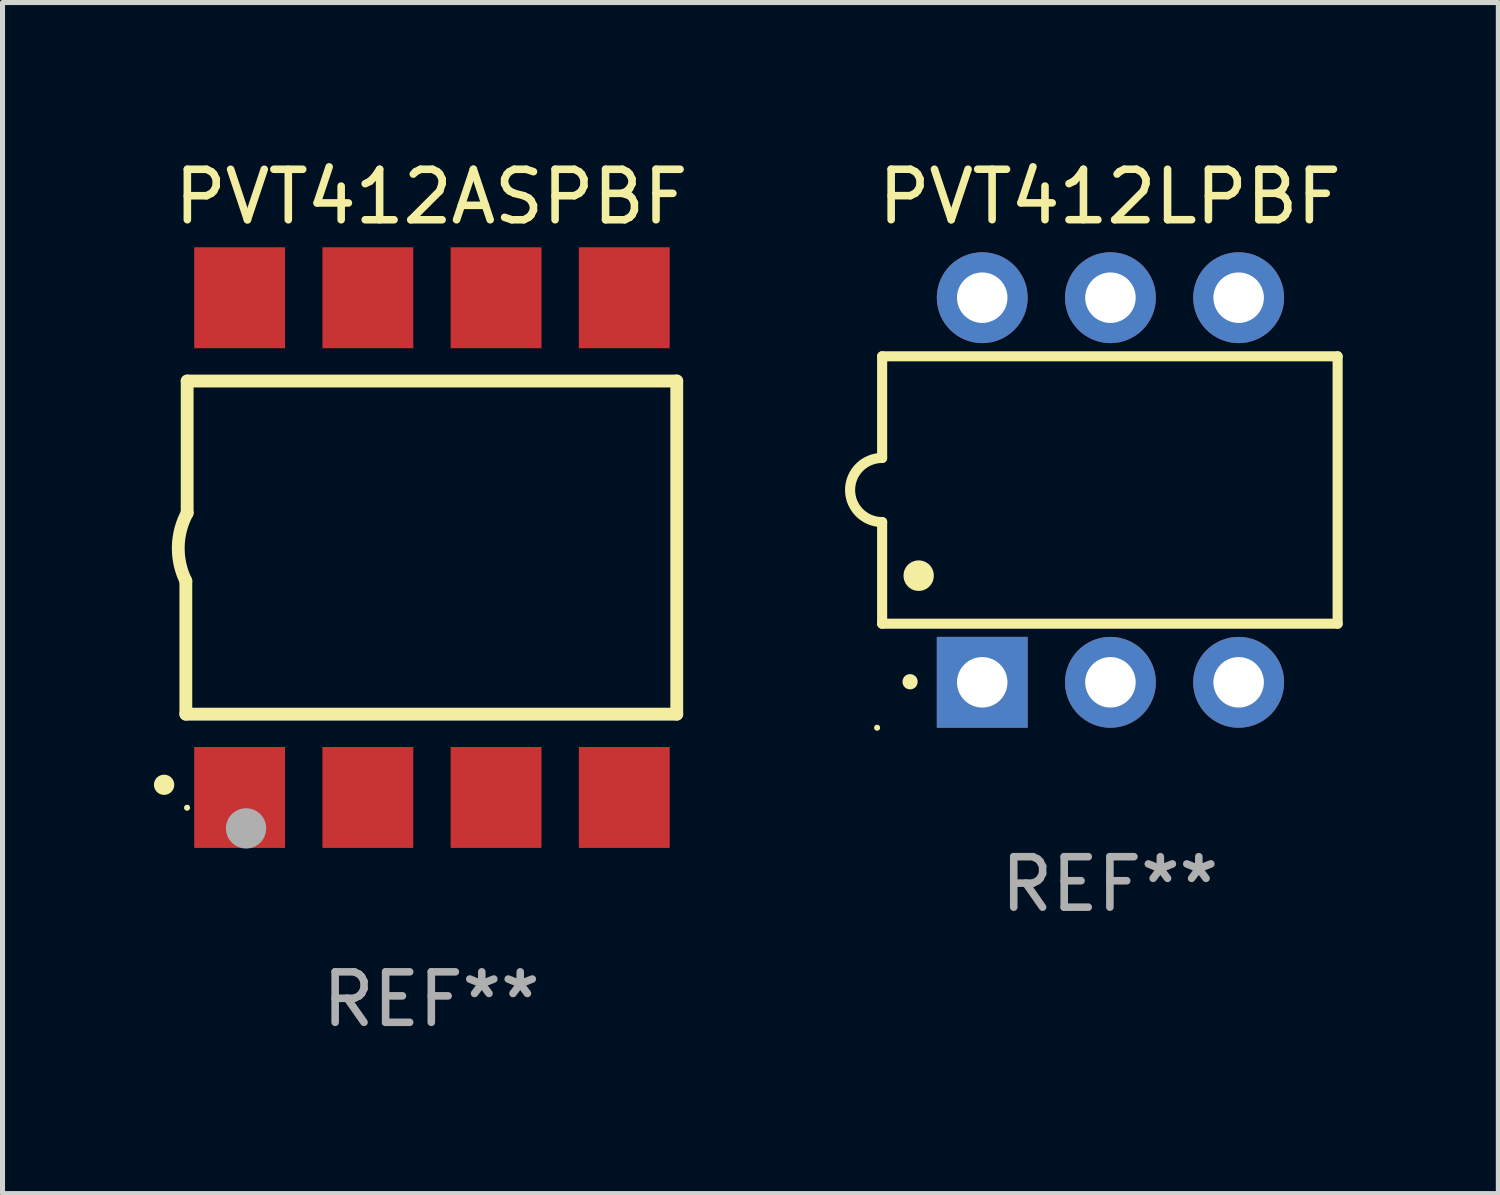
<source format=kicad_pcb>
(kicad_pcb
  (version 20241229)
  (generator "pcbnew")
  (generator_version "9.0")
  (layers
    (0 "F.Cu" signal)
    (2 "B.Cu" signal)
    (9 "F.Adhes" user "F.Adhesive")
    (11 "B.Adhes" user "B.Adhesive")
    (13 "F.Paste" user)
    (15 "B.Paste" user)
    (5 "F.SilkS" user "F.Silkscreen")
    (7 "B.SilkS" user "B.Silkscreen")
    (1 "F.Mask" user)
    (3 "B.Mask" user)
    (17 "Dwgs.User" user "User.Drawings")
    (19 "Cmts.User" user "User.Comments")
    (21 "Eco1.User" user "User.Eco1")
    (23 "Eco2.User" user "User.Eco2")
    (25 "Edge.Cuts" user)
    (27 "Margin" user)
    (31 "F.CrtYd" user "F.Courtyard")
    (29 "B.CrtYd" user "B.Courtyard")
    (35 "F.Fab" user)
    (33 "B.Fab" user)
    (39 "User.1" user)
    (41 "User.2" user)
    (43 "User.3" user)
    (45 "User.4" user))
  (footprint "PVT412ASPBF"
    (layer "F.Cu")
    (at 5.495 7.799)
    (property "Reference" "PVT412ASPBF" (at 0 -6.95 0) (layer "F.SilkS") (effects (font (size 1 1) (thickness 0.15))))
    (attr through_hole)
    (fp_line (start -4.863 3.3) (end -4.863 0.66) (stroke (width 0.254) (type solid)) (layer "F.SilkS"))
    (fp_line (start -4.837 -3.3) (end -4.837 -0.686) (stroke (width 0.254) (type solid)) (layer "F.SilkS"))
    (fp_line (start -4.837 -3.3) (end 4.863 -3.3) (stroke (width 0.254) (type solid)) (layer "F.SilkS"))
    (fp_line (start 4.863 -3.3) (end 4.863 3.3) (stroke (width 0.254) (type solid)) (layer "F.SilkS"))
    (fp_line (start 4.863 3.3) (end -4.863 3.3) (stroke (width 0.254) (type solid)) (layer "F.SilkS"))
    (fp_arc (start -5.295212 4.699009) (mid -5.293942 4.699005) (end -5.292672 4.699009) (stroke (width 0.4) (type solid)) (layer "F.SilkS"))
    (fp_arc (start -4.863411 0.660401) (mid -5.013163 -0.015948) (end -4.836614 -0.685801) (stroke (width 0.254001) (type solid)) (layer "F.SilkS"))
    (fp_circle (center -4.839 5.154) (end -4.809 5.154) (stroke (width 0.06) (type solid)) (fill no) (layer "F.SilkS"))
    (fp_circle (center -3.67 5.563) (end -3.47 5.563) (stroke (width 0.4) (type solid)) (fill no) (layer "F.Fab"))
    (fp_text user "REF**" (at 0 8.95 0) (layer "F.Fab") (effects (font (size 1 1) (thickness 0.15))))
    (pad "1" smd rect (at -3.797 4.95) (size 1.8 2) (layers "F.Cu" "F.Mask" "F.Paste"))
    (pad "2" smd rect (at -1.257 4.95) (size 1.8 2) (layers "F.Cu" "F.Mask" "F.Paste"))
    (pad "3" smd rect (at 1.283 4.95) (size 1.8 2) (layers "F.Cu" "F.Mask" "F.Paste"))
    (pad "4" smd rect (at 3.823 4.95) (size 1.8 2) (layers "F.Cu" "F.Mask" "F.Paste"))
    (pad "5" smd rect (at 3.823 -4.95 180) (size 1.8 2) (layers "F.Cu" "F.Mask" "F.Paste"))
    (pad "6" smd rect (at 1.283 -4.95 180) (size 1.8 2) (layers "F.Cu" "F.Mask" "F.Paste"))
    (pad "7" smd rect (at -1.257 -4.95 180) (size 1.8 2) (layers "F.Cu" "F.Mask" "F.Paste"))
    (pad "8" smd rect (at -3.797 -4.95 180) (size 1.8 2) (layers "F.Cu" "F.Mask" "F.Paste")))
  (footprint "PVT412LPBF"
    (layer "F.Cu")
    (at 18.939 6.658)
    (property "Reference" "PVT412LPBF" (at 0 -5.81 0) (layer "F.SilkS") (effects (font (size 1 1) (thickness 0.15))))
    (attr through_hole)
    (fp_line (start -4.512 -2.649) (end 4.512 -2.649) (stroke (width 0.2) (type solid)) (layer "F.SilkS"))
    (fp_line (start -4.512 -0.635) (end -4.512 -2.649) (stroke (width 0.2) (type solid)) (layer "F.SilkS"))
    (fp_line (start -4.512 2.649) (end -4.512 0.635) (stroke (width 0.2) (type solid)) (layer "F.SilkS"))
    (fp_line (start 4.512 -2.649) (end 4.512 2.649) (stroke (width 0.2) (type solid)) (layer "F.SilkS"))
    (fp_line (start 4.512 2.649) (end -4.512 2.649) (stroke (width 0.2) (type solid)) (layer "F.SilkS"))
    (fp_arc (start -4.512319 0.635001) (mid -5.14732 0) (end -4.512319 -0.635001) (stroke (width 0.2) (type solid)) (layer "F.SilkS"))
    (fp_arc (start -3.958598 3.799848) (mid -3.958603 3.798578) (end -3.958598 3.797308) (stroke (width 0.3) (type solid)) (layer "F.SilkS"))
    (fp_arc (start -3.788418 1.699263) (mid -3.788429 1.696723) (end -3.788418 1.694183) (stroke (width 0.6) (type solid)) (layer "F.SilkS"))
    (fp_circle (center -4.612 4.71) (end -4.582 4.71) (stroke (width 0.06) (type solid)) (fill no) (layer "F.SilkS"))
    (fp_text user "REF**" (at 0 7.81 0) (layer "F.Fab") (effects (font (size 1 1) (thickness 0.15))))
    (pad "1" thru_hole rect (at -2.529 3.81 90) (size 1.8 1.8) (drill 1) (layers "*.Cu" "*.Mask"))
    (pad "2" thru_hole circle (at 0.011 3.81) (size 1.8 1.8) (drill 1) (layers "*.Cu" "*.Mask"))
    (pad "3" thru_hole circle (at 2.551 3.81) (size 1.8 1.8) (drill 1) (layers "*.Cu" "*.Mask"))
    (pad "4" thru_hole circle (at 2.551 -3.81) (size 1.8 1.8) (drill 1) (layers "*.Cu" "*.Mask"))
    (pad "5" thru_hole circle (at 0.011 -3.81) (size 1.8 1.8) (drill 1) (layers "*.Cu" "*.Mask"))
    (pad "6" thru_hole circle (at -2.529 -3.81) (size 1.8 1.8) (drill 1) (layers "*.Cu" "*.Mask")))
  (gr_rect
    (start -3 -3)
    (end 26.635 20.597)
    (stroke (width 0.1) (type default))
    (fill no)
    (layer "Edge.Cuts")))
</source>
